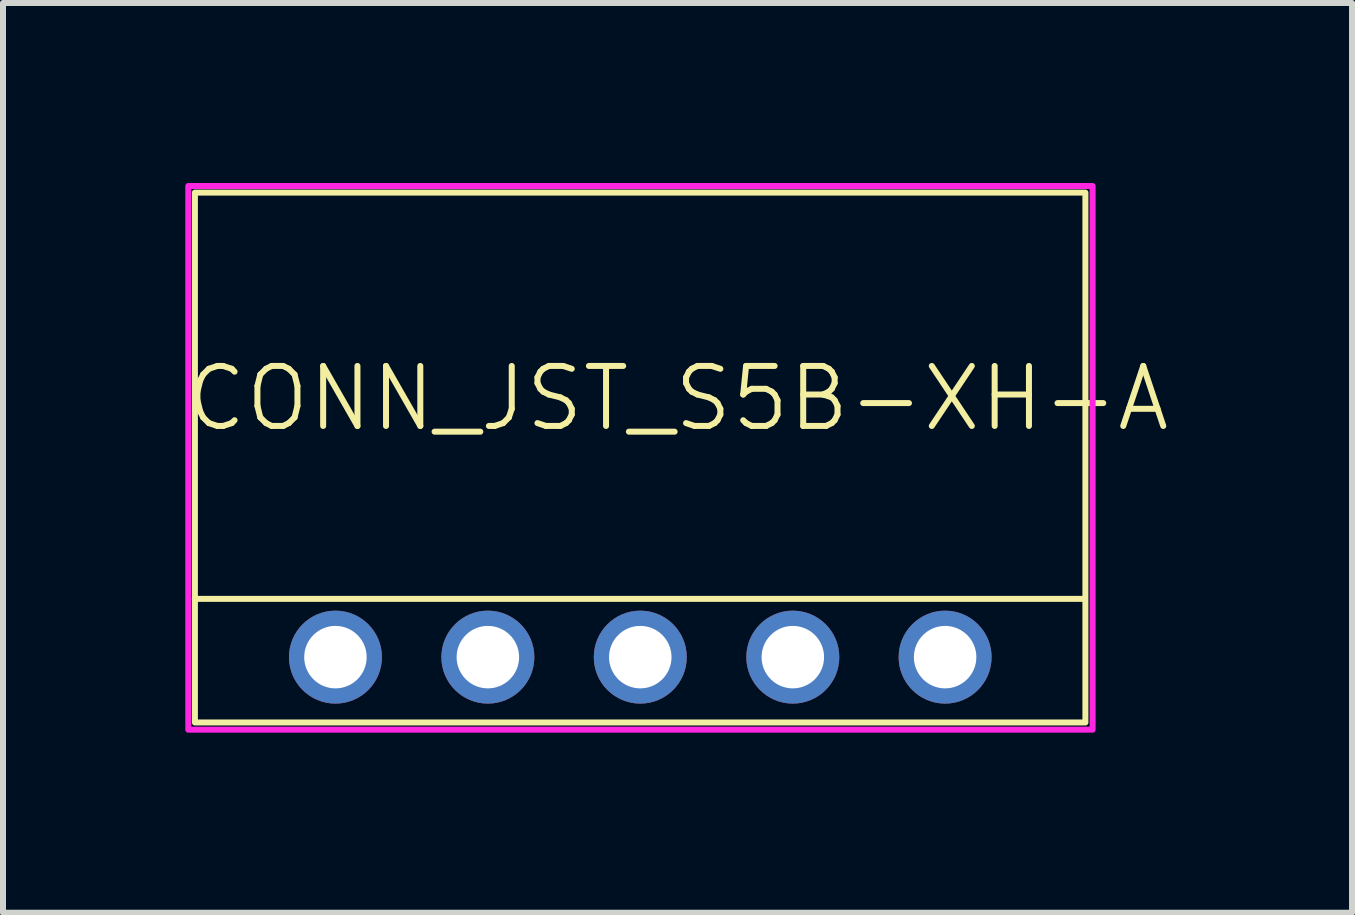
<source format=kicad_pcb>
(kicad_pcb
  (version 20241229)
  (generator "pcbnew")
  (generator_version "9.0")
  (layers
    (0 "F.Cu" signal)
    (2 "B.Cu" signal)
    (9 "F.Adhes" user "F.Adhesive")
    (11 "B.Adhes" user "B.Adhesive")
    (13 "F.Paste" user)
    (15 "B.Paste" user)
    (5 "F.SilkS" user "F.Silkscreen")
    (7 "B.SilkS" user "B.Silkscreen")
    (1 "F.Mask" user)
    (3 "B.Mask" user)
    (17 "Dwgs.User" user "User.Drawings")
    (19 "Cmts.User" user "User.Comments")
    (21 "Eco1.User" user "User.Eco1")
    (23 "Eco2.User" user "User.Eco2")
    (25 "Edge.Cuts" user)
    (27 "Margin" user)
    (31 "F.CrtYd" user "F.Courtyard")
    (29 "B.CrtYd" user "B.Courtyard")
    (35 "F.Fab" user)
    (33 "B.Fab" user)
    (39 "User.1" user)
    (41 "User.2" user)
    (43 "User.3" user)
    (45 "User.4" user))
  (footprint "CONN_JST_S5B-XH-A"
    (layer "F.Cu")
    (at 2.55 7.901)
    (property "Reference" "CONN_JST_S5B-XH-A" (at 5.69 -4.31 0) (unlocked yes) (layer "F.SilkS") (effects (font (size 1 1) (thickness 0.1))))
    (attr through_hole)
    (fp_line (start 12.48 -0.971) (end -2.354 -0.971) (stroke (width 0.1) (type solid)) (layer "F.SilkS"))
    (fp_rect (start -2.352 -7.741) (end 12.488 1.089) (stroke (width 0.1) (type default)) (fill no) (layer "F.SilkS"))
    (fp_rect (start -2.462 -7.851) (end 12.608 1.209) (stroke (width 0.1) (type solid)) (fill no) (layer "F.CrtYd"))
    (pad "1" thru_hole circle (at -0.01 0) (size 1.549 1.549) (drill 1.041) (layers "*.Cu" "*.Mask"))
    (pad "2" thru_hole circle (at 2.53 0) (size 1.549 1.549) (drill 1.041) (layers "*.Cu" "*.Mask"))
    (pad "3" thru_hole circle (at 5.07 0) (size 1.549 1.549) (drill 1.041) (layers "*.Cu" "*.Mask"))
    (pad "4" thru_hole circle (at 7.612 0) (size 1.549 1.549) (drill 1.041) (layers "*.Cu" "*.Mask"))
    (pad "5" thru_hole circle (at 10.15 0) (size 1.549 1.549) (drill 1.041) (layers "*.Cu" "*.Mask")))
  (gr_rect
    (start -3 -3)
    (end 19.481 12.16)
    (stroke (width 0.1) (type default))
    (fill no)
    (layer "Edge.Cuts")))
</source>
